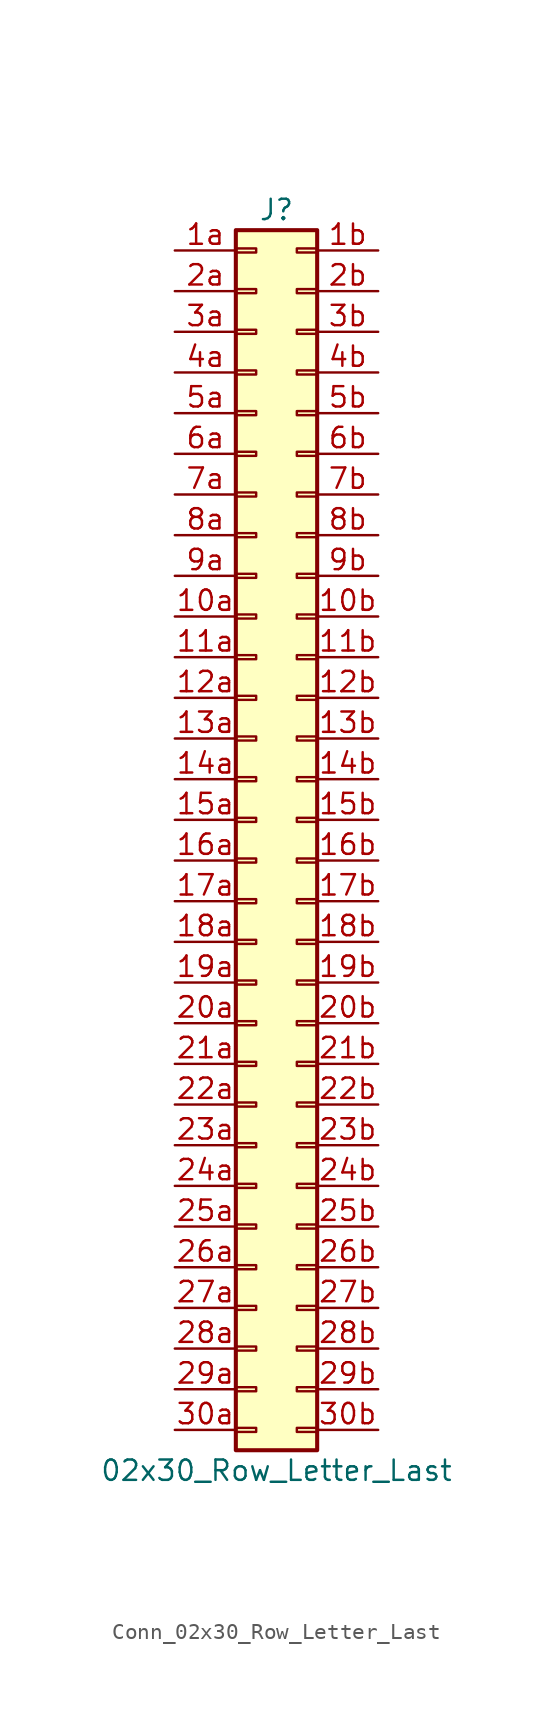
<source format=kicad_sym>
(kicad_symbol_lib
  (version 20220914)
  (generator kicad_symbol_editor)
  (symbol "Conn_02x30_Row_Letter_Last"
    (pin_names
      (offset 1.016) hide)
    (property "Reference" "J"
      (at 1.27 38.1 0)
      (effects (font (size 1.27 1.27))))
    (property "Value" "02x30_Row_Letter_Last"
      (at 1.27 -40.64 0)
      (effects (font (size 1.27 1.27))))
    (symbol "Conn_02x30_Row_Letter_Last_1_1"
      (rectangle (start -1.27 -37.973) (end 0 -38.227) (stroke (width 0.152) (type default)) (fill (type none)))
      (rectangle (start -1.27 -35.433) (end 0 -35.687) (stroke (width 0.152) (type default)) (fill (type none)))
      (rectangle (start -1.27 -32.893) (end 0 -33.147) (stroke (width 0.152) (type default)) (fill (type none)))
      (rectangle (start -1.27 -30.353) (end 0 -30.607) (stroke (width 0.152) (type default)) (fill (type none)))
      (rectangle (start -1.27 -27.813) (end 0 -28.067) (stroke (width 0.152) (type default)) (fill (type none)))
      (rectangle (start -1.27 -25.273) (end 0 -25.527) (stroke (width 0.152) (type default)) (fill (type none)))
      (rectangle (start -1.27 -22.733) (end 0 -22.987) (stroke (width 0.152) (type default)) (fill (type none)))
      (rectangle (start -1.27 -20.193) (end 0 -20.447) (stroke (width 0.152) (type default)) (fill (type none)))
      (rectangle (start -1.27 -17.653) (end 0 -17.907) (stroke (width 0.152) (type default)) (fill (type none)))
      (rectangle (start -1.27 -15.113) (end 0 -15.367) (stroke (width 0.152) (type default)) (fill (type none)))
      (rectangle (start -1.27 -12.573) (end 0 -12.827) (stroke (width 0.152) (type default)) (fill (type none)))
      (rectangle (start -1.27 -10.033) (end 0 -10.287) (stroke (width 0.152) (type default)) (fill (type none)))
      (rectangle (start -1.27 -7.493) (end 0 -7.747) (stroke (width 0.152) (type default)) (fill (type none)))
      (rectangle (start -1.27 -4.953) (end 0 -5.207) (stroke (width 0.152) (type default)) (fill (type none)))
      (rectangle (start -1.27 -2.413) (end 0 -2.667) (stroke (width 0.152) (type default)) (fill (type none)))
      (rectangle (start -1.27 0.127) (end 0 -0.127) (stroke (width 0.152) (type default)) (fill (type none)))
      (rectangle (start -1.27 2.667) (end 0 2.413) (stroke (width 0.152) (type default)) (fill (type none)))
      (rectangle (start -1.27 5.207) (end 0 4.953) (stroke (width 0.152) (type default)) (fill (type none)))
      (rectangle (start -1.27 7.747) (end 0 7.493) (stroke (width 0.152) (type default)) (fill (type none)))
      (rectangle (start -1.27 10.287) (end 0 10.033) (stroke (width 0.152) (type default)) (fill (type none)))
      (rectangle (start -1.27 12.827) (end 0 12.573) (stroke (width 0.152) (type default)) (fill (type none)))
      (rectangle (start -1.27 15.367) (end 0 15.113) (stroke (width 0.152) (type default)) (fill (type none)))
      (rectangle (start -1.27 17.907) (end 0 17.653) (stroke (width 0.152) (type default)) (fill (type none)))
      (rectangle (start -1.27 20.447) (end 0 20.193) (stroke (width 0.152) (type default)) (fill (type none)))
      (rectangle (start -1.27 22.987) (end 0 22.733) (stroke (width 0.152) (type default)) (fill (type none)))
      (rectangle (start -1.27 25.527) (end 0 25.273) (stroke (width 0.152) (type default)) (fill (type none)))
      (rectangle (start -1.27 28.067) (end 0 27.813) (stroke (width 0.152) (type default)) (fill (type none)))
      (rectangle (start -1.27 30.607) (end 0 30.353) (stroke (width 0.152) (type default)) (fill (type none)))
      (rectangle (start -1.27 33.147) (end 0 32.893) (stroke (width 0.152) (type default)) (fill (type none)))
      (rectangle (start -1.27 35.687) (end 0 35.433) (stroke (width 0.152) (type default)) (fill (type none)))
      (rectangle (start -1.27 36.83) (end 3.81 -39.37) (stroke (width 0.254) (type default)) (fill (type background)))
      (rectangle (start 3.81 -37.973) (end 2.54 -38.227) (stroke (width 0.152) (type default)) (fill (type none)))
      (rectangle (start 3.81 -35.433) (end 2.54 -35.687) (stroke (width 0.152) (type default)) (fill (type none)))
      (rectangle (start 3.81 -32.893) (end 2.54 -33.147) (stroke (width 0.152) (type default)) (fill (type none)))
      (rectangle (start 3.81 -30.353) (end 2.54 -30.607) (stroke (width 0.152) (type default)) (fill (type none)))
      (rectangle (start 3.81 -27.813) (end 2.54 -28.067) (stroke (width 0.152) (type default)) (fill (type none)))
      (rectangle (start 3.81 -25.273) (end 2.54 -25.527) (stroke (width 0.152) (type default)) (fill (type none)))
      (rectangle (start 3.81 -22.733) (end 2.54 -22.987) (stroke (width 0.152) (type default)) (fill (type none)))
      (rectangle (start 3.81 -20.193) (end 2.54 -20.447) (stroke (width 0.152) (type default)) (fill (type none)))
      (rectangle (start 3.81 -17.653) (end 2.54 -17.907) (stroke (width 0.152) (type default)) (fill (type none)))
      (rectangle (start 3.81 -15.113) (end 2.54 -15.367) (stroke (width 0.152) (type default)) (fill (type none)))
      (rectangle (start 3.81 -12.573) (end 2.54 -12.827) (stroke (width 0.152) (type default)) (fill (type none)))
      (rectangle (start 3.81 -10.033) (end 2.54 -10.287) (stroke (width 0.152) (type default)) (fill (type none)))
      (rectangle (start 3.81 -7.493) (end 2.54 -7.747) (stroke (width 0.152) (type default)) (fill (type none)))
      (rectangle (start 3.81 -4.953) (end 2.54 -5.207) (stroke (width 0.152) (type default)) (fill (type none)))
      (rectangle (start 3.81 -2.413) (end 2.54 -2.667) (stroke (width 0.152) (type default)) (fill (type none)))
      (rectangle (start 3.81 0.127) (end 2.54 -0.127) (stroke (width 0.152) (type default)) (fill (type none)))
      (rectangle (start 3.81 2.667) (end 2.54 2.413) (stroke (width 0.152) (type default)) (fill (type none)))
      (rectangle (start 3.81 5.207) (end 2.54 4.953) (stroke (width 0.152) (type default)) (fill (type none)))
      (rectangle (start 3.81 7.747) (end 2.54 7.493) (stroke (width 0.152) (type default)) (fill (type none)))
      (rectangle (start 3.81 10.287) (end 2.54 10.033) (stroke (width 0.152) (type default)) (fill (type none)))
      (rectangle (start 3.81 12.827) (end 2.54 12.573) (stroke (width 0.152) (type default)) (fill (type none)))
      (rectangle (start 3.81 15.367) (end 2.54 15.113) (stroke (width 0.152) (type default)) (fill (type none)))
      (rectangle (start 3.81 17.907) (end 2.54 17.653) (stroke (width 0.152) (type default)) (fill (type none)))
      (rectangle (start 3.81 20.447) (end 2.54 20.193) (stroke (width 0.152) (type default)) (fill (type none)))
      (rectangle (start 3.81 22.987) (end 2.54 22.733) (stroke (width 0.152) (type default)) (fill (type none)))
      (rectangle (start 3.81 25.527) (end 2.54 25.273) (stroke (width 0.152) (type default)) (fill (type none)))
      (rectangle (start 3.81 28.067) (end 2.54 27.813) (stroke (width 0.152) (type default)) (fill (type none)))
      (rectangle (start 3.81 30.607) (end 2.54 30.353) (stroke (width 0.152) (type default)) (fill (type none)))
      (rectangle (start 3.81 33.147) (end 2.54 32.893) (stroke (width 0.152) (type default)) (fill (type none)))
      (rectangle (start 3.81 35.687) (end 2.54 35.433) (stroke (width 0.152) (type default)) (fill (type none)))
      (pin passive line (at -5.08 12.7 0) (length 3.81) (name "Pin_10a" (effects (font (size 1.27 1.27)))) (number "10a" (effects (font (size 1.27 1.27)))))
      (pin passive line (at 7.62 12.7 180) (length 3.81) (name "Pin_10b" (effects (font (size 1.27 1.27)))) (number "10b" (effects (font (size 1.27 1.27)))))
      (pin passive line (at -5.08 10.16 0) (length 3.81) (name "Pin_11a" (effects (font (size 1.27 1.27)))) (number "11a" (effects (font (size 1.27 1.27)))))
      (pin passive line (at 7.62 10.16 180) (length 3.81) (name "Pin_11b" (effects (font (size 1.27 1.27)))) (number "11b" (effects (font (size 1.27 1.27)))))
      (pin passive line (at -5.08 7.62 0) (length 3.81) (name "Pin_12a" (effects (font (size 1.27 1.27)))) (number "12a" (effects (font (size 1.27 1.27)))))
      (pin passive line (at 7.62 7.62 180) (length 3.81) (name "Pin_12b" (effects (font (size 1.27 1.27)))) (number "12b" (effects (font (size 1.27 1.27)))))
      (pin passive line (at -5.08 5.08 0) (length 3.81) (name "Pin_13a" (effects (font (size 1.27 1.27)))) (number "13a" (effects (font (size 1.27 1.27)))))
      (pin passive line (at 7.62 5.08 180) (length 3.81) (name "Pin_13b" (effects (font (size 1.27 1.27)))) (number "13b" (effects (font (size 1.27 1.27)))))
      (pin passive line (at -5.08 2.54 0) (length 3.81) (name "Pin_14a" (effects (font (size 1.27 1.27)))) (number "14a" (effects (font (size 1.27 1.27)))))
      (pin passive line (at 7.62 2.54 180) (length 3.81) (name "Pin_14b" (effects (font (size 1.27 1.27)))) (number "14b" (effects (font (size 1.27 1.27)))))
      (pin passive line (at -5.08 0 0) (length 3.81) (name "Pin_15a" (effects (font (size 1.27 1.27)))) (number "15a" (effects (font (size 1.27 1.27)))))
      (pin passive line (at 7.62 0 180) (length 3.81) (name "Pin_15b" (effects (font (size 1.27 1.27)))) (number "15b" (effects (font (size 1.27 1.27)))))
      (pin passive line (at -5.08 -2.54 0) (length 3.81) (name "Pin_16a" (effects (font (size 1.27 1.27)))) (number "16a" (effects (font (size 1.27 1.27)))))
      (pin passive line (at 7.62 -2.54 180) (length 3.81) (name "Pin_16b" (effects (font (size 1.27 1.27)))) (number "16b" (effects (font (size 1.27 1.27)))))
      (pin passive line (at -5.08 -5.08 0) (length 3.81) (name "Pin_17a" (effects (font (size 1.27 1.27)))) (number "17a" (effects (font (size 1.27 1.27)))))
      (pin passive line (at 7.62 -5.08 180) (length 3.81) (name "Pin_17b" (effects (font (size 1.27 1.27)))) (number "17b" (effects (font (size 1.27 1.27)))))
      (pin passive line (at -5.08 -7.62 0) (length 3.81) (name "Pin_18a" (effects (font (size 1.27 1.27)))) (number "18a" (effects (font (size 1.27 1.27)))))
      (pin passive line (at 7.62 -7.62 180) (length 3.81) (name "Pin_18b" (effects (font (size 1.27 1.27)))) (number "18b" (effects (font (size 1.27 1.27)))))
      (pin passive line (at -5.08 -10.16 0) (length 3.81) (name "Pin_19a" (effects (font (size 1.27 1.27)))) (number "19a" (effects (font (size 1.27 1.27)))))
      (pin passive line (at 7.62 -10.16 180) (length 3.81) (name "Pin_19b" (effects (font (size 1.27 1.27)))) (number "19b" (effects (font (size 1.27 1.27)))))
      (pin passive line (at -5.08 35.56 0) (length 3.81) (name "Pin_1a" (effects (font (size 1.27 1.27)))) (number "1a" (effects (font (size 1.27 1.27)))))
      (pin passive line (at 7.62 35.56 180) (length 3.81) (name "Pin_1b" (effects (font (size 1.27 1.27)))) (number "1b" (effects (font (size 1.27 1.27)))))
      (pin passive line (at -5.08 -12.7 0) (length 3.81) (name "Pin_20a" (effects (font (size 1.27 1.27)))) (number "20a" (effects (font (size 1.27 1.27)))))
      (pin passive line (at 7.62 -12.7 180) (length 3.81) (name "Pin_20b" (effects (font (size 1.27 1.27)))) (number "20b" (effects (font (size 1.27 1.27)))))
      (pin passive line (at -5.08 -15.24 0) (length 3.81) (name "Pin_21a" (effects (font (size 1.27 1.27)))) (number "21a" (effects (font (size 1.27 1.27)))))
      (pin passive line (at 7.62 -15.24 180) (length 3.81) (name "Pin_21b" (effects (font (size 1.27 1.27)))) (number "21b" (effects (font (size 1.27 1.27)))))
      (pin passive line (at -5.08 -17.78 0) (length 3.81) (name "Pin_22a" (effects (font (size 1.27 1.27)))) (number "22a" (effects (font (size 1.27 1.27)))))
      (pin passive line (at 7.62 -17.78 180) (length 3.81) (name "Pin_22b" (effects (font (size 1.27 1.27)))) (number "22b" (effects (font (size 1.27 1.27)))))
      (pin passive line (at -5.08 -20.32 0) (length 3.81) (name "Pin_23a" (effects (font (size 1.27 1.27)))) (number "23a" (effects (font (size 1.27 1.27)))))
      (pin passive line (at 7.62 -20.32 180) (length 3.81) (name "Pin_23b" (effects (font (size 1.27 1.27)))) (number "23b" (effects (font (size 1.27 1.27)))))
      (pin passive line (at -5.08 -22.86 0) (length 3.81) (name "Pin_24a" (effects (font (size 1.27 1.27)))) (number "24a" (effects (font (size 1.27 1.27)))))
      (pin passive line (at 7.62 -22.86 180) (length 3.81) (name "Pin_24b" (effects (font (size 1.27 1.27)))) (number "24b" (effects (font (size 1.27 1.27)))))
      (pin passive line (at -5.08 -25.4 0) (length 3.81) (name "Pin_25a" (effects (font (size 1.27 1.27)))) (number "25a" (effects (font (size 1.27 1.27)))))
      (pin passive line (at 7.62 -25.4 180) (length 3.81) (name "Pin_25b" (effects (font (size 1.27 1.27)))) (number "25b" (effects (font (size 1.27 1.27)))))
      (pin passive line (at -5.08 -27.94 0) (length 3.81) (name "Pin_26a" (effects (font (size 1.27 1.27)))) (number "26a" (effects (font (size 1.27 1.27)))))
      (pin passive line (at 7.62 -27.94 180) (length 3.81) (name "Pin_26b" (effects (font (size 1.27 1.27)))) (number "26b" (effects (font (size 1.27 1.27)))))
      (pin passive line (at -5.08 -30.48 0) (length 3.81) (name "Pin_27a" (effects (font (size 1.27 1.27)))) (number "27a" (effects (font (size 1.27 1.27)))))
      (pin passive line (at 7.62 -30.48 180) (length 3.81) (name "Pin_27b" (effects (font (size 1.27 1.27)))) (number "27b" (effects (font (size 1.27 1.27)))))
      (pin passive line (at -5.08 -33.02 0) (length 3.81) (name "Pin_28a" (effects (font (size 1.27 1.27)))) (number "28a" (effects (font (size 1.27 1.27)))))
      (pin passive line (at 7.62 -33.02 180) (length 3.81) (name "Pin_28b" (effects (font (size 1.27 1.27)))) (number "28b" (effects (font (size 1.27 1.27)))))
      (pin passive line (at -5.08 -35.56 0) (length 3.81) (name "Pin_29a" (effects (font (size 1.27 1.27)))) (number "29a" (effects (font (size 1.27 1.27)))))
      (pin passive line (at 7.62 -35.56 180) (length 3.81) (name "Pin_29b" (effects (font (size 1.27 1.27)))) (number "29b" (effects (font (size 1.27 1.27)))))
      (pin passive line (at -5.08 33.02 0) (length 3.81) (name "Pin_2a" (effects (font (size 1.27 1.27)))) (number "2a" (effects (font (size 1.27 1.27)))))
      (pin passive line (at 7.62 33.02 180) (length 3.81) (name "Pin_2b" (effects (font (size 1.27 1.27)))) (number "2b" (effects (font (size 1.27 1.27)))))
      (pin passive line (at -5.08 -38.1 0) (length 3.81) (name "Pin_30a" (effects (font (size 1.27 1.27)))) (number "30a" (effects (font (size 1.27 1.27)))))
      (pin passive line (at 7.62 -38.1 180) (length 3.81) (name "Pin_30b" (effects (font (size 1.27 1.27)))) (number "30b" (effects (font (size 1.27 1.27)))))
      (pin passive line (at -5.08 30.48 0) (length 3.81) (name "Pin_3a" (effects (font (size 1.27 1.27)))) (number "3a" (effects (font (size 1.27 1.27)))))
      (pin passive line (at 7.62 30.48 180) (length 3.81) (name "Pin_3b" (effects (font (size 1.27 1.27)))) (number "3b" (effects (font (size 1.27 1.27)))))
      (pin passive line (at -5.08 27.94 0) (length 3.81) (name "Pin_4a" (effects (font (size 1.27 1.27)))) (number "4a" (effects (font (size 1.27 1.27)))))
      (pin passive line (at 7.62 27.94 180) (length 3.81) (name "Pin_4b" (effects (font (size 1.27 1.27)))) (number "4b" (effects (font (size 1.27 1.27)))))
      (pin passive line (at -5.08 25.4 0) (length 3.81) (name "Pin_5a" (effects (font (size 1.27 1.27)))) (number "5a" (effects (font (size 1.27 1.27)))))
      (pin passive line (at 7.62 25.4 180) (length 3.81) (name "Pin_5b" (effects (font (size 1.27 1.27)))) (number "5b" (effects (font (size 1.27 1.27)))))
      (pin passive line (at -5.08 22.86 0) (length 3.81) (name "Pin_6a" (effects (font (size 1.27 1.27)))) (number "6a" (effects (font (size 1.27 1.27)))))
      (pin passive line (at 7.62 22.86 180) (length 3.81) (name "Pin_6b" (effects (font (size 1.27 1.27)))) (number "6b" (effects (font (size 1.27 1.27)))))
      (pin passive line (at -5.08 20.32 0) (length 3.81) (name "Pin_7a" (effects (font (size 1.27 1.27)))) (number "7a" (effects (font (size 1.27 1.27)))))
      (pin passive line (at 7.62 20.32 180) (length 3.81) (name "Pin_7b" (effects (font (size 1.27 1.27)))) (number "7b" (effects (font (size 1.27 1.27)))))
      (pin passive line (at -5.08 17.78 0) (length 3.81) (name "Pin_8a" (effects (font (size 1.27 1.27)))) (number "8a" (effects (font (size 1.27 1.27)))))
      (pin passive line (at 7.62 17.78 180) (length 3.81) (name "Pin_8b" (effects (font (size 1.27 1.27)))) (number "8b" (effects (font (size 1.27 1.27)))))
      (pin passive line (at -5.08 15.24 0) (length 3.81) (name "Pin_9a" (effects (font (size 1.27 1.27)))) (number "9a" (effects (font (size 1.27 1.27)))))
      (pin passive line (at 7.62 15.24 180) (length 3.81) (name "Pin_9b" (effects (font (size 1.27 1.27)))) (number "9b" (effects (font (size 1.27 1.27))))))))
</source>
